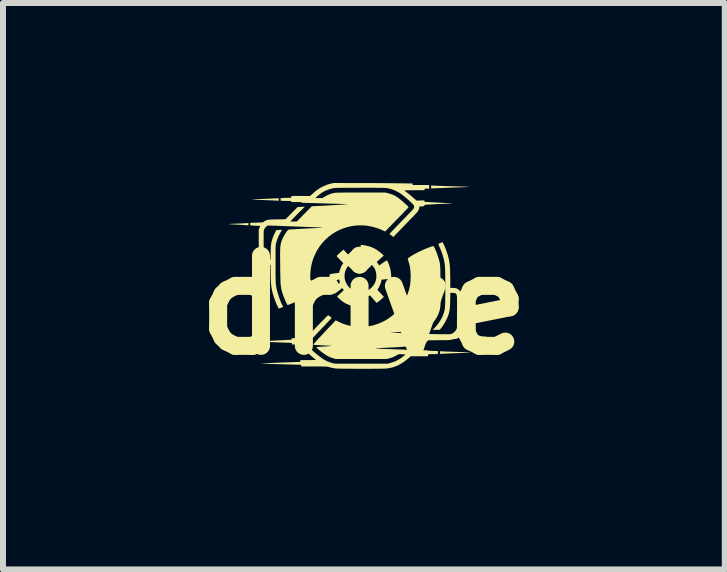
<source format=kicad_pcb>
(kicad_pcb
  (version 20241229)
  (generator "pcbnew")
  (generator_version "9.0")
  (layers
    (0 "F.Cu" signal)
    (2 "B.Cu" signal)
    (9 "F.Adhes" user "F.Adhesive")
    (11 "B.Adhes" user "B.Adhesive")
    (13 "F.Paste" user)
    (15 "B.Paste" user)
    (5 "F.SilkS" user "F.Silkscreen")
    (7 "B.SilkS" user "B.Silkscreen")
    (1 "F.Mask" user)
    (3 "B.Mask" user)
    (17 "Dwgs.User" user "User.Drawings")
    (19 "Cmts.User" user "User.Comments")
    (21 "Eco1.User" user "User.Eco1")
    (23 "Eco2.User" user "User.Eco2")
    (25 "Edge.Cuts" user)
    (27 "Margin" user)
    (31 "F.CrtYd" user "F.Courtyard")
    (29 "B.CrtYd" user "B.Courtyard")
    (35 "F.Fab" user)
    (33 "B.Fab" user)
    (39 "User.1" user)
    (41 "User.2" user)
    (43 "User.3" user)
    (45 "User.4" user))
  (footprint "drive"
    (layer "F.Cu")
    (at 3.014 2.036)
    (property "Reference" "drive" (at 0 0 0) (layer "F.SilkS") (effects (font (size 1.5 1.5) (thickness 0.3))))
    (attr board_only exclude_from_pos_files exclude_from_bom)
    (fp_poly (pts (xy 1.321 0.77) (xy 1.335 0.771) (xy 1.356 0.772) (xy 1.383 0.773) (xy 1.416 0.774) (xy 1.452 0.775) (xy 1.491 0.777) (xy 1.532 0.778) (xy 1.573 0.78) (xy 1.613 0.781) (xy 1.651 0.782) (xy 1.686 0.784) (xy 1.717 0.785) (xy 1.742 0.785) (xy 1.76 0.786) (xy 1.761 0.786) (xy 1.782 0.787) (xy 1.761 0.79) (xy 1.749 0.791) (xy 1.731 0.792) (xy 1.708 0.794) (xy 1.681 0.795) (xy 1.654 0.796) (xy 1.597 0.798) (xy 1.543 0.8) (xy 1.492 0.802) (xy 1.446 0.803) (xy 1.404 0.805) (xy 1.368 0.807) (xy 1.339 0.808) (xy 1.317 0.809) (xy 1.308 0.81) (xy 1.27 0.812) (xy 1.27 0.79) (xy 1.27 0.767)) (stroke (width 0) (type solid)) (fill yes) (layer "F.SilkS"))
    (fp_poly (pts (xy -1.924 -1.351) (xy -1.925 -1.339) (xy -1.927 -1.333) (xy -1.932 -1.331) (xy -1.937 -1.331) (xy -1.946 -1.331) (xy -1.951 -1.333) (xy -1.955 -1.333) (xy -1.968 -1.334) (xy -1.987 -1.335) (xy -2.012 -1.337) (xy -2.041 -1.339) (xy -2.074 -1.34) (xy -2.101 -1.342) (xy -2.136 -1.344) (xy -2.168 -1.345) (xy -2.197 -1.347) (xy -2.22 -1.348) (xy -2.237 -1.349) (xy -2.248 -1.35) (xy -2.251 -1.351) (xy -2.248 -1.352) (xy -2.236 -1.353) (xy -2.216 -1.355) (xy -2.187 -1.357) (xy -2.149 -1.358) (xy -2.103 -1.36) (xy -2.077 -1.361) (xy -2.045 -1.363) (xy -2.014 -1.364) (xy -1.988 -1.365) (xy -1.965 -1.367) (xy -1.949 -1.368) (xy -1.941 -1.368) (xy -1.941 -1.368) (xy -1.924 -1.371)) (stroke (width 0) (type solid)) (fill yes) (layer "F.SilkS"))
    (fp_poly (pts (xy 1.175 -1.992) (xy 1.202 -1.991) (xy 1.236 -1.99) (xy 1.277 -1.988) (xy 1.322 -1.987) (xy 1.371 -1.985) (xy 1.423 -1.984) (xy 1.475 -1.982) (xy 1.527 -1.981) (xy 1.578 -1.979) (xy 1.62 -1.978) (xy 1.653 -1.977) (xy 1.683 -1.976) (xy 1.709 -1.975) (xy 1.729 -1.974) (xy 1.744 -1.973) (xy 1.751 -1.973) (xy 1.752 -1.972) (xy 1.748 -1.971) (xy 1.737 -1.97) (xy 1.72 -1.969) (xy 1.697 -1.968) (xy 1.671 -1.967) (xy 1.657 -1.966) (xy 1.626 -1.965) (xy 1.588 -1.964) (xy 1.544 -1.962) (xy 1.496 -1.961) (xy 1.444 -1.959) (xy 1.389 -1.957) (xy 1.334 -1.954) (xy 1.28 -1.952) (xy 1.228 -1.95) (xy 1.181 -1.948) (xy 1.121 -1.946) (xy 1.121 -1.97) (xy 1.121 -1.995)) (stroke (width 0) (type solid)) (fill yes) (layer "F.SilkS"))
    (fp_poly (pts (xy -1.421 -1.781) (xy -1.421 -1.781) (xy -1.419 -1.776) (xy -1.418 -1.766) (xy -1.418 -1.76) (xy -1.418 -1.741) (xy -1.435 -1.742) (xy -1.445 -1.742) (xy -1.461 -1.743) (xy -1.483 -1.744) (xy -1.507 -1.745) (xy -1.519 -1.746) (xy -1.541 -1.747) (xy -1.569 -1.748) (xy -1.604 -1.749) (xy -1.641 -1.751) (xy -1.68 -1.752) (xy -1.718 -1.754) (xy -1.726 -1.754) (xy -1.76 -1.755) (xy -1.791 -1.756) (xy -1.818 -1.758) (xy -1.84 -1.759) (xy -1.856 -1.76) (xy -1.865 -1.76) (xy -1.867 -1.76) (xy -1.864 -1.761) (xy -1.855 -1.762) (xy -1.838 -1.764) (xy -1.814 -1.765) (xy -1.783 -1.767) (xy -1.743 -1.768) (xy -1.696 -1.77) (xy -1.658 -1.772) (xy -1.622 -1.773) (xy -1.586 -1.775) (xy -1.552 -1.776) (xy -1.521 -1.778) (xy -1.496 -1.779) (xy -1.477 -1.78) (xy -1.477 -1.78) (xy -1.456 -1.781) (xy -1.439 -1.782) (xy -1.427 -1.782)) (stroke (width 0) (type solid)) (fill yes) (layer "F.SilkS"))
    (fp_poly (pts (xy -0.59 0.17) (xy -0.58 0.177) (xy -0.567 0.186) (xy -0.555 0.195) (xy -0.545 0.204) (xy -0.539 0.211) (xy -0.538 0.214) (xy -0.541 0.217) (xy -0.549 0.227) (xy -0.563 0.241) (xy -0.58 0.26) (xy -0.601 0.282) (xy -0.625 0.307) (xy -0.651 0.335) (xy -0.666 0.35) (xy -0.714 0.4) (xy -0.757 0.445) (xy -0.794 0.485) (xy -0.826 0.519) (xy -0.854 0.548) (xy -0.876 0.573) (xy -0.895 0.593) (xy -0.91 0.61) (xy -0.921 0.623) (xy -0.929 0.633) (xy -0.934 0.64) (xy -0.936 0.644) (xy -0.943 0.659) (xy -0.983 0.658) (xy -1 0.658) (xy -1.024 0.657) (xy -1.052 0.657) (xy -1.083 0.656) (xy -1.112 0.656) (xy -1.2 0.654) (xy -1.2 0.642) (xy -1.2 0.629) (xy -1.264 0.626) (xy -1.301 0.625) (xy -1.341 0.623) (xy -1.385 0.622) (xy -1.43 0.62) (xy -1.477 0.618) (xy -1.523 0.617) (xy -1.568 0.615) (xy -1.61 0.614) (xy -1.648 0.613) (xy -1.681 0.612) (xy -1.709 0.611) (xy -1.729 0.611) (xy -1.732 0.61) (xy -1.757 0.61) (xy -1.773 0.609) (xy -1.781 0.608) (xy -1.781 0.607) (xy -1.773 0.606) (xy -1.757 0.604) (xy -1.734 0.602) (xy -1.704 0.6) (xy -1.667 0.598) (xy -1.623 0.596) (xy -1.612 0.596) (xy -1.569 0.594) (xy -1.522 0.592) (xy -1.473 0.589) (xy -1.426 0.587) (xy -1.381 0.585) (xy -1.343 0.583) (xy -1.335 0.583) (xy -1.303 0.581) (xy -1.274 0.579) (xy -1.249 0.578) (xy -1.228 0.577) (xy -1.214 0.576) (xy -1.208 0.576) (xy -1.208 0.576) (xy -1.205 0.572) (xy -1.204 0.563) (xy -1.204 0.563) (xy -1.204 0.55) (xy -1.082 0.55) (xy -1.048 0.55) (xy -1.019 0.549) (xy -0.994 0.549) (xy -0.975 0.548) (xy -0.964 0.547) (xy -0.96 0.546) (xy -0.957 0.541) (xy -0.949 0.532) (xy -0.935 0.517) (xy -0.918 0.498) (xy -0.897 0.475) (xy -0.873 0.45) (xy -0.847 0.422) (xy -0.819 0.394) (xy -0.791 0.364) (xy -0.762 0.334) (xy -0.733 0.304) (xy -0.706 0.276) (xy -0.68 0.25) (xy -0.656 0.226) (xy -0.636 0.205) (xy -0.619 0.188) (xy -0.606 0.176) (xy -0.598 0.169) (xy -0.596 0.168)) (stroke (width 0) (type solid)) (fill yes) (layer "F.SilkS"))
    (fp_poly (pts (xy -0.033 -1.004) (xy -0.017 -1.002) (xy 0.006 -0.999) (xy 0.032 -0.994) (xy 0.06 -0.987) (xy 0.088 -0.98) (xy 0.112 -0.972) (xy 0.123 -0.969) (xy 0.146 -0.959) (xy 0.171 -0.947) (xy 0.194 -0.935) (xy 0.196 -0.934) (xy 0.216 -0.921) (xy 0.238 -0.905) (xy 0.262 -0.888) (xy 0.284 -0.87) (xy 0.304 -0.854) (xy 0.318 -0.841) (xy 0.319 -0.839) (xy 0.331 -0.827) (xy 0.28 -0.78) (xy 0.262 -0.763) (xy 0.246 -0.749) (xy 0.232 -0.737) (xy 0.224 -0.729) (xy 0.221 -0.727) (xy 0.217 -0.723) (xy 0.216 -0.719) (xy 0.22 -0.712) (xy 0.227 -0.702) (xy 0.237 -0.689) (xy 0.246 -0.677) (xy 0.249 -0.672) (xy 0.256 -0.662) (xy 0.314 -0.703) (xy 0.334 -0.717) (xy 0.352 -0.729) (xy 0.366 -0.739) (xy 0.375 -0.746) (xy 0.378 -0.747) (xy 0.383 -0.746) (xy 0.39 -0.737) (xy 0.399 -0.723) (xy 0.408 -0.703) (xy 0.417 -0.68) (xy 0.425 -0.655) (xy 0.434 -0.628) (xy 0.441 -0.602) (xy 0.446 -0.577) (xy 0.447 -0.572) (xy 0.449 -0.554) (xy 0.452 -0.533) (xy 0.454 -0.511) (xy 0.456 -0.49) (xy 0.457 -0.47) (xy 0.458 -0.454) (xy 0.458 -0.444) (xy 0.458 -0.44) (xy 0.453 -0.44) (xy 0.441 -0.439) (xy 0.423 -0.437) (xy 0.401 -0.435) (xy 0.376 -0.433) (xy 0.295 -0.425) (xy 0.289 -0.395) (xy 0.283 -0.373) (xy 0.274 -0.349) (xy 0.263 -0.323) (xy 0.252 -0.299) (xy 0.24 -0.28) (xy 0.238 -0.277) (xy 0.231 -0.267) (xy 0.227 -0.26) (xy 0.227 -0.259) (xy 0.23 -0.255) (xy 0.237 -0.246) (xy 0.249 -0.232) (xy 0.264 -0.215) (xy 0.28 -0.197) (xy 0.333 -0.138) (xy 0.306 -0.113) (xy 0.294 -0.101) (xy 0.278 -0.088) (xy 0.262 -0.075) (xy 0.245 -0.062) (xy 0.231 -0.051) (xy 0.22 -0.043) (xy 0.213 -0.039) (xy 0.213 -0.039) (xy 0.209 -0.042) (xy 0.201 -0.051) (xy 0.189 -0.065) (xy 0.174 -0.082) (xy 0.158 -0.101) (xy 0.157 -0.102) (xy 0.138 -0.124) (xy 0.124 -0.14) (xy 0.114 -0.151) (xy 0.107 -0.158) (xy 0.102 -0.161) (xy 0.098 -0.161) (xy 0.095 -0.16) (xy 0.094 -0.16) (xy 0.082 -0.154) (xy 0.065 -0.147) (xy 0.043 -0.141) (xy 0.02 -0.135) (xy -0.002 -0.13) (xy -0.024 -0.126) (xy -0.041 -0.124) (xy -0.053 -0.124) (xy -0.057 -0.125) (xy -0.061 -0.125) (xy -0.063 -0.121) (xy -0.066 -0.111) (xy -0.068 -0.095) (xy -0.07 -0.072) (xy -0.072 -0.044) (xy -0.076 0.028) (xy -0.094 0.029) (xy -0.107 0.029) (xy -0.125 0.027) (xy -0.144 0.025) (xy -0.146 0.024) (xy -0.193 0.014) (xy -0.242 -0.002) (xy -0.289 -0.022) (xy -0.331 -0.044) (xy -0.341 -0.051) (xy -0.354 -0.06) (xy -0.369 -0.072) (xy -0.386 -0.086) (xy -0.403 -0.101) (xy -0.419 -0.116) (xy -0.432 -0.128) (xy -0.441 -0.138) (xy -0.445 -0.144) (xy -0.445 -0.144) (xy -0.442 -0.148) (xy -0.434 -0.157) (xy -0.421 -0.169) (xy -0.405 -0.185) (xy -0.392 -0.197) (xy -0.374 -0.214) (xy -0.358 -0.228) (xy -0.346 -0.24) (xy -0.339 -0.248) (xy -0.337 -0.251) (xy -0.339 -0.257) (xy -0.345 -0.266) (xy -0.349 -0.27) (xy -0.362 -0.285) (xy -0.421 -0.238) (xy -0.444 -0.22) (xy -0.461 -0.208) (xy -0.473 -0.2) (xy -0.481 -0.196) (xy -0.484 -0.196) (xy -0.485 -0.197) (xy -0.492 -0.209) (xy -0.5 -0.224) (xy -0.509 -0.241) (xy -0.517 -0.259) (xy -0.524 -0.274) (xy -0.529 -0.287) (xy -0.531 -0.293) (xy -0.531 -0.294) (xy -0.527 -0.297) (xy -0.516 -0.305) (xy -0.5 -0.314) (xy -0.481 -0.326) (xy -0.463 -0.336) (xy -0.439 -0.35) (xy -0.421 -0.36) (xy -0.41 -0.368) (xy -0.403 -0.373) (xy -0.4 -0.378) (xy -0.399 -0.381) (xy -0.4 -0.382) (xy -0.402 -0.391) (xy -0.406 -0.405) (xy -0.407 -0.41) (xy -0.411 -0.421) (xy -0.416 -0.429) (xy -0.417 -0.431) (xy -0.423 -0.429) (xy -0.435 -0.425) (xy -0.451 -0.417) (xy -0.472 -0.408) (xy -0.489 -0.399) (xy -0.51 -0.388) (xy -0.529 -0.379) (xy -0.544 -0.372) (xy -0.554 -0.368) (xy -0.556 -0.367) (xy -0.558 -0.372) (xy -0.56 -0.384) (xy -0.562 -0.401) (xy -0.565 -0.421) (xy -0.567 -0.442) (xy -0.569 -0.462) (xy -0.57 -0.468) (xy -0.322 -0.468) (xy -0.318 -0.434) (xy -0.309 -0.402) (xy -0.295 -0.369) (xy -0.276 -0.336) (xy -0.254 -0.307) (xy -0.245 -0.297) (xy -0.215 -0.272) (xy -0.181 -0.25) (xy -0.144 -0.233) (xy -0.119 -0.225) (xy -0.09 -0.22) (xy -0.056 -0.219) (xy -0.023 -0.221) (xy 0.004 -0.225) (xy 0.049 -0.24) (xy 0.091 -0.263) (xy 0.127 -0.292) (xy 0.159 -0.329) (xy 0.167 -0.34) (xy 0.189 -0.381) (xy 0.203 -0.426) (xy 0.209 -0.473) (xy 0.206 -0.521) (xy 0.203 -0.541) (xy 0.194 -0.575) (xy 0.183 -0.605) (xy 0.166 -0.632) (xy 0.143 -0.659) (xy 0.131 -0.672) (xy 0.112 -0.691) (xy 0.095 -0.705) (xy 0.08 -0.716) (xy 0.063 -0.725) (xy 0.061 -0.725) (xy 0.014 -0.743) (xy -0.033 -0.752) (xy -0.08 -0.753) (xy -0.126 -0.744) (xy -0.168 -0.729) (xy -0.208 -0.706) (xy -0.243 -0.677) (xy -0.272 -0.642) (xy -0.295 -0.603) (xy -0.312 -0.56) (xy -0.321 -0.515) (xy -0.322 -0.468) (xy -0.57 -0.468) (xy -0.571 -0.479) (xy -0.572 -0.491) (xy -0.572 -0.493) (xy -0.571 -0.507) (xy -0.568 -0.514) (xy -0.564 -0.517) (xy -0.555 -0.518) (xy -0.54 -0.521) (xy -0.521 -0.524) (xy -0.499 -0.528) (xy -0.476 -0.531) (xy -0.456 -0.534) (xy -0.441 -0.536) (xy -0.413 -0.539) (xy -0.405 -0.569) (xy -0.396 -0.597) (xy -0.385 -0.626) (xy -0.374 -0.652) (xy -0.362 -0.673) (xy -0.357 -0.68) (xy -0.35 -0.691) (xy -0.345 -0.699) (xy -0.345 -0.701) (xy -0.348 -0.706) (xy -0.356 -0.715) (xy -0.368 -0.727) (xy -0.383 -0.743) (xy -0.391 -0.751) (xy -0.408 -0.768) (xy -0.423 -0.784) (xy -0.436 -0.797) (xy -0.444 -0.806) (xy -0.445 -0.808) (xy -0.454 -0.819) (xy -0.429 -0.846) (xy -0.413 -0.861) (xy -0.394 -0.879) (xy -0.375 -0.895) (xy -0.371 -0.899) (xy -0.338 -0.926) (xy -0.328 -0.914) (xy -0.321 -0.906) (xy -0.31 -0.893) (xy -0.295 -0.878) (xy -0.279 -0.86) (xy -0.272 -0.853) (xy -0.227 -0.804) (xy -0.205 -0.815) (xy -0.185 -0.822) (xy -0.16 -0.83) (xy -0.132 -0.836) (xy -0.106 -0.84) (xy -0.085 -0.842) (xy -0.085 -0.842) (xy -0.062 -0.842) (xy -0.06 -0.859) (xy -0.058 -0.871) (xy -0.057 -0.889) (xy -0.057 -0.908) (xy -0.057 -0.91) (xy -0.056 -0.932) (xy -0.055 -0.955) (xy -0.054 -0.974) (xy -0.051 -1.004)) (stroke (width 0) (type solid)) (fill yes) (layer "F.SilkS"))
    (fp_poly (pts (xy 1.32 -1.033) (xy 1.331 -1.012) (xy 1.344 -0.984) (xy 1.357 -0.952) (xy 1.371 -0.917) (xy 1.383 -0.882) (xy 1.395 -0.848) (xy 1.402 -0.823) (xy 1.41 -0.792) (xy 1.417 -0.761) (xy 1.423 -0.73) (xy 1.428 -0.698) (xy 1.432 -0.663) (xy 1.435 -0.624) (xy 1.437 -0.581) (xy 1.438 -0.532) (xy 1.439 -0.477) (xy 1.44 -0.415) (xy 1.44 -0.399) (xy 1.44 -0.289) (xy 1.487 -0.287) (xy 1.511 -0.286) (xy 1.528 -0.284) (xy 1.542 -0.28) (xy 1.554 -0.276) (xy 1.554 -0.275) (xy 1.582 -0.257) (xy 1.604 -0.233) (xy 1.621 -0.203) (xy 1.631 -0.168) (xy 1.632 -0.163) (xy 1.633 -0.151) (xy 1.634 -0.129) (xy 1.635 -0.1) (xy 1.635 -0.061) (xy 1.636 -0.014) (xy 1.636 0.041) (xy 1.635 0.105) (xy 1.635 0.131) (xy 1.635 0.188) (xy 1.635 0.236) (xy 1.634 0.278) (xy 1.634 0.312) (xy 1.633 0.341) (xy 1.632 0.365) (xy 1.631 0.385) (xy 1.629 0.401) (xy 1.627 0.413) (xy 1.624 0.424) (xy 1.62 0.433) (xy 1.616 0.442) (xy 1.611 0.45) (xy 1.605 0.46) (xy 1.601 0.466) (xy 1.592 0.479) (xy 1.587 0.489) (xy 1.584 0.494) (xy 1.584 0.495) (xy 1.589 0.495) (xy 1.601 0.496) (xy 1.621 0.497) (xy 1.646 0.499) (xy 1.676 0.5) (xy 1.71 0.502) (xy 1.748 0.504) (xy 1.787 0.506) (xy 1.828 0.508) (xy 1.869 0.51) (xy 1.91 0.512) (xy 1.949 0.514) (xy 1.969 0.515) (xy 1.996 0.516) (xy 2.019 0.517) (xy 2.038 0.518) (xy 2.051 0.519) (xy 2.057 0.52) (xy 2.058 0.52) (xy 2.054 0.521) (xy 2.043 0.522) (xy 2.026 0.523) (xy 2.004 0.524) (xy 1.979 0.525) (xy 1.978 0.525) (xy 1.945 0.527) (xy 1.908 0.528) (xy 1.872 0.53) (xy 1.839 0.532) (xy 1.824 0.533) (xy 1.796 0.534) (xy 1.763 0.536) (xy 1.726 0.538) (xy 1.689 0.539) (xy 1.656 0.541) (xy 1.625 0.542) (xy 1.601 0.543) (xy 1.583 0.545) (xy 1.571 0.546) (xy 1.563 0.548) (xy 1.558 0.55) (xy 1.555 0.552) (xy 1.554 0.554) (xy 1.548 0.56) (xy 1.539 0.562) (xy 1.525 0.563) (xy 1.507 0.564) (xy 1.489 0.568) (xy 1.484 0.569) (xy 1.469 0.573) (xy 1.451 0.577) (xy 1.434 0.579) (xy 1.417 0.58) (xy 1.403 0.582) (xy 1.394 0.583) (xy 1.394 0.583) (xy 1.388 0.583) (xy 1.374 0.583) (xy 1.353 0.584) (xy 1.327 0.584) (xy 1.296 0.584) (xy 1.262 0.584) (xy 1.228 0.584) (xy 1.071 0.585) (xy 1.033 0.627) (xy 0.996 0.67) (xy 0.938 0.675) (xy 0.916 0.677) (xy 0.898 0.678) (xy 0.884 0.678) (xy 0.878 0.678) (xy 0.877 0.678) (xy 0.88 0.674) (xy 0.887 0.666) (xy 0.899 0.653) (xy 0.914 0.637) (xy 0.929 0.623) (xy 0.946 0.605) (xy 0.961 0.59) (xy 0.973 0.577) (xy 0.98 0.569) (xy 0.982 0.566) (xy 0.978 0.565) (xy 0.967 0.564) (xy 0.95 0.563) (xy 0.933 0.563) (xy 0.885 0.563) (xy 0.819 0.626) (xy 0.753 0.689) (xy 0.729 0.689) (xy 0.717 0.69) (xy 0.698 0.691) (xy 0.674 0.692) (xy 0.647 0.694) (xy 0.619 0.696) (xy 0.617 0.696) (xy 0.591 0.698) (xy 0.557 0.7) (xy 0.519 0.702) (xy 0.478 0.704) (xy 0.436 0.706) (xy 0.394 0.708) (xy 0.38 0.709) (xy 0.332 0.711) (xy 0.292 0.713) (xy 0.259 0.715) (xy 0.234 0.717) (xy 0.215 0.718) (xy 0.203 0.719) (xy 0.195 0.721) (xy 0.193 0.722) (xy 0.193 0.722) (xy 0.197 0.723) (xy 0.21 0.723) (xy 0.229 0.724) (xy 0.254 0.725) (xy 0.285 0.727) (xy 0.32 0.728) (xy 0.358 0.729) (xy 0.388 0.731) (xy 0.434 0.732) (xy 0.482 0.734) (xy 0.53 0.736) (xy 0.576 0.737) (xy 0.62 0.739) (xy 0.658 0.74) (xy 0.69 0.742) (xy 0.696 0.742) (xy 0.733 0.743) (xy 0.776 0.745) (xy 0.823 0.746) (xy 0.869 0.747) (xy 0.912 0.748) (xy 0.936 0.749) (xy 0.968 0.75) (xy 0.998 0.751) (xy 1.023 0.752) (xy 1.044 0.753) (xy 1.058 0.754) (xy 1.065 0.756) (xy 1.065 0.756) (xy 1.07 0.757) (xy 1.082 0.759) (xy 1.101 0.76) (xy 1.123 0.761) (xy 1.149 0.762) (xy 1.15 0.762) (xy 1.233 0.764) (xy 1.234 0.787) (xy 1.234 0.801) (xy 1.233 0.808) (xy 1.229 0.811) (xy 1.221 0.813) (xy 1.212 0.814) (xy 1.196 0.815) (xy 1.175 0.816) (xy 1.152 0.816) (xy 1.145 0.816) (xy 1.122 0.816) (xy 1.102 0.817) (xy 1.087 0.817) (xy 1.077 0.818) (xy 1.076 0.819) (xy 1.071 0.825) (xy 1.069 0.836) (xy 1.069 0.851) (xy 0.926 0.851) (xy 0.783 0.851) (xy 0.739 0.888) (xy 0.684 0.932) (xy 0.63 0.969) (xy 0.577 0.999) (xy 0.521 1.022) (xy 0.464 1.04) (xy 0.401 1.052) (xy 0.378 1.056) (xy 0.368 1.057) (xy 0.351 1.057) (xy 0.326 1.058) (xy 0.295 1.058) (xy 0.258 1.059) (xy 0.216 1.059) (xy 0.17 1.059) (xy 0.121 1.06) (xy 0.07 1.06) (xy 0.017 1.06) (xy -0.037 1.06) (xy -0.091 1.06) (xy -0.144 1.06) (xy -0.196 1.059) (xy -0.246 1.059) (xy -0.293 1.059) (xy -0.335 1.059) (xy -0.374 1.058) (xy -0.407 1.058) (xy -0.433 1.057) (xy -0.453 1.056) (xy -0.465 1.056) (xy -0.467 1.056) (xy -0.488 1.052) (xy -0.512 1.048) (xy -0.538 1.043) (xy -0.561 1.037) (xy -0.581 1.032) (xy -0.595 1.028) (xy -0.597 1.027) (xy -0.602 1.026) (xy -0.61 1.025) (xy -0.621 1.024) (xy -0.636 1.023) (xy -0.656 1.022) (xy -0.682 1.022) (xy -0.714 1.021) (xy -0.753 1.021) (xy -0.8 1.021) (xy -0.827 1.021) (xy -1.043 1.021) (xy -1.043 1.009) (xy -1.044 1) (xy -1.049 0.996) (xy -1.059 0.993) (xy -1.071 0.992) (xy -1.089 0.991) (xy -1.109 0.991) (xy -1.113 0.991) (xy -1.127 0.991) (xy -1.149 0.99) (xy -1.177 0.99) (xy -1.211 0.989) (xy -1.248 0.988) (xy -1.289 0.987) (xy -1.332 0.986) (xy -1.377 0.984) (xy -1.422 0.983) (xy -1.466 0.982) (xy -1.508 0.98) (xy -1.548 0.979) (xy -1.585 0.978) (xy -1.616 0.977) (xy -1.642 0.976) (xy -1.662 0.975) (xy -1.674 0.974) (xy -1.676 0.974) (xy -1.708 0.971) (xy -1.656 0.968) (xy -1.638 0.967) (xy -1.613 0.966) (xy -1.581 0.964) (xy -1.543 0.963) (xy -1.502 0.961) (xy -1.457 0.959) (xy -1.41 0.957) (xy -1.362 0.955) (xy -1.315 0.954) (xy -1.268 0.952) (xy -1.224 0.951) (xy -1.184 0.949) (xy -1.155 0.948) (xy -1.06 0.945) (xy -1.06 0.931) (xy -1.06 0.916) (xy -0.952 0.915) (xy -0.921 0.915) (xy -0.891 0.915) (xy -0.865 0.915) (xy -0.843 0.914) (xy -0.827 0.914) (xy -0.821 0.914) (xy -0.809 0.914) (xy -0.8 0.913) (xy -0.799 0.912) (xy -0.802 0.908) (xy -0.81 0.901) (xy -0.82 0.894) (xy -0.845 0.874) (xy -0.872 0.851) (xy -0.9 0.826) (xy -0.926 0.801) (xy -0.95 0.778) (xy -0.968 0.758) (xy -0.969 0.757) (xy -0.981 0.742) (xy -0.991 0.729) (xy -0.997 0.721) (xy -0.999 0.718) (xy -0.994 0.717) (xy -0.982 0.715) (xy -0.966 0.713) (xy -0.952 0.711) (xy -0.907 0.706) (xy -0.872 0.742) (xy -0.847 0.765) (xy -0.819 0.79) (xy -0.787 0.816) (xy -0.755 0.842) (xy -0.723 0.866) (xy -0.694 0.887) (xy -0.67 0.903) (xy -0.669 0.904) (xy -0.621 0.93) (xy -0.573 0.95) (xy -0.52 0.966) (xy -0.482 0.975) (xy -0.044 0.975) (xy 0.395 0.975) (xy 0.447 0.961) (xy 0.493 0.947) (xy 0.535 0.93) (xy 0.575 0.909) (xy 0.616 0.883) (xy 0.659 0.851) (xy 0.659 0.851) (xy 0.696 0.823) (xy 0.668 0.82) (xy 0.647 0.818) (xy 0.624 0.817) (xy 0.61 0.816) (xy 0.593 0.817) (xy 0.581 0.818) (xy 0.57 0.823) (xy 0.555 0.831) (xy 0.551 0.833) (xy 0.503 0.858) (xy 0.449 0.879) (xy 0.42 0.887) (xy 0.382 0.897) (xy -0.044 0.897) (xy -0.469 0.897) (xy -0.504 0.887) (xy -0.547 0.873) (xy -0.586 0.857) (xy -0.624 0.836) (xy -0.652 0.817) (xy -0.673 0.803) (xy -0.695 0.787) (xy -0.717 0.77) (xy -0.738 0.753) (xy -0.757 0.737) (xy -0.773 0.722) (xy -0.785 0.711) (xy -0.792 0.703) (xy -0.793 0.699) (xy -0.788 0.699) (xy -0.775 0.697) (xy -0.757 0.696) (xy -0.734 0.694) (xy -0.707 0.692) (xy -0.691 0.691) (xy -0.66 0.689) (xy -0.63 0.687) (xy -0.603 0.685) (xy -0.581 0.683) (xy -0.565 0.682) (xy -0.561 0.681) (xy -0.53 0.678) (xy -0.58 0.675) (xy -0.6 0.674) (xy -0.626 0.673) (xy -0.657 0.671) (xy -0.69 0.669) (xy -0.723 0.668) (xy -0.733 0.667) (xy -0.762 0.666) (xy -0.789 0.664) (xy -0.811 0.663) (xy -0.828 0.662) (xy -0.839 0.661) (xy -0.842 0.661) (xy -0.842 0.657) (xy -0.836 0.649) (xy -0.826 0.635) (xy -0.81 0.617) (xy -0.788 0.592) (xy -0.761 0.562) (xy -0.728 0.527) (xy -0.69 0.486) (xy -0.645 0.438) (xy -0.598 0.388) (xy -0.575 0.364) (xy -0.552 0.341) (xy -0.532 0.319) (xy -0.514 0.3) (xy -0.5 0.286) (xy -0.493 0.278) (xy -0.469 0.252) (xy -0.421 0.276) (xy -0.355 0.306) (xy -0.29 0.329) (xy -0.222 0.345) (xy -0.151 0.356) (xy -0.083 0.361) (xy 0.000105 0.36) (xy 0.08 0.352) (xy 0.158 0.335) (xy 0.235 0.311) (xy 0.308 0.28) (xy 0.382 0.24) (xy 0.451 0.193) (xy 0.513 0.141) (xy 0.57 0.082) (xy 0.622 0.016) (xy 0.667 -0.056) (xy 0.698 -0.115) (xy 0.728 -0.183) (xy 0.751 -0.251) (xy 0.767 -0.32) (xy 0.777 -0.392) (xy 0.78 -0.468) (xy 0.78 -0.513) (xy 0.776 -0.573) (xy 0.769 -0.629) (xy 0.758 -0.681) (xy 0.743 -0.732) (xy 0.742 -0.735) (xy 0.737 -0.752) (xy 0.733 -0.766) (xy 0.731 -0.775) (xy 0.731 -0.777) (xy 0.736 -0.782) (xy 0.748 -0.791) (xy 0.763 -0.802) (xy 0.782 -0.814) (xy 0.802 -0.827) (xy 0.822 -0.84) (xy 0.827 -0.842) (xy 0.853 -0.857) (xy 0.884 -0.873) (xy 0.919 -0.891) (xy 0.957 -0.908) (xy 0.994 -0.925) (xy 1.031 -0.941) (xy 1.066 -0.955) (xy 1.096 -0.966) (xy 1.121 -0.975) (xy 1.129 -0.977) (xy 1.142 -0.981) (xy 1.152 -0.984) (xy 1.154 -0.985) (xy 1.16 -0.982) (xy 1.168 -0.973) (xy 1.177 -0.957) (xy 1.188 -0.935) (xy 1.199 -0.909) (xy 1.211 -0.88) (xy 1.223 -0.848) (xy 1.234 -0.814) (xy 1.245 -0.78) (xy 1.255 -0.746) (xy 1.263 -0.714) (xy 1.269 -0.687) (xy 1.27 -0.676) (xy 1.271 -0.657) (xy 1.272 -0.63) (xy 1.274 -0.598) (xy 1.275 -0.56) (xy 1.275 -0.518) (xy 1.276 -0.473) (xy 1.277 -0.425) (xy 1.277 -0.375) (xy 1.278 -0.325) (xy 1.278 -0.275) (xy 1.278 -0.225) (xy 1.278 -0.178) (xy 1.278 -0.133) (xy 1.278 -0.091) (xy 1.277 -0.054) (xy 1.277 -0.023) (xy 1.276 0.003) (xy 1.275 0.021) (xy 1.274 0.028) (xy 1.263 0.088) (xy 1.244 0.144) (xy 1.219 0.197) (xy 1.186 0.248) (xy 1.145 0.298) (xy 1.127 0.317) (xy 1.107 0.34) (xy 1.086 0.363) (xy 1.072 0.379) (xy 1.033 0.422) (xy 0.943 0.427) (xy 0.916 0.428) (xy 0.882 0.43) (xy 0.844 0.433) (xy 0.802 0.435) (xy 0.759 0.437) (xy 0.717 0.44) (xy 0.698 0.441) (xy 0.659 0.443) (xy 0.621 0.445) (xy 0.584 0.447) (xy 0.551 0.449) (xy 0.522 0.451) (xy 0.499 0.452) (xy 0.489 0.453) (xy 0.434 0.456) (xy 0.489 0.459) (xy 0.506 0.46) (xy 0.531 0.461) (xy 0.563 0.462) (xy 0.601 0.464) (xy 0.645 0.465) (xy 0.694 0.467) (xy 0.746 0.469) (xy 0.802 0.471) (xy 0.86 0.473) (xy 0.92 0.475) (xy 0.98 0.477) (xy 1.04 0.478) (xy 1.095 0.48) (xy 1.136 0.481) (xy 1.18 0.482) (xy 1.225 0.483) (xy 1.269 0.484) (xy 1.308 0.484) (xy 1.34 0.484) (xy 1.373 0.484) (xy 1.399 0.484) (xy 1.419 0.484) (xy 1.433 0.483) (xy 1.444 0.482) (xy 1.453 0.48) (xy 1.46 0.478) (xy 1.467 0.475) (xy 1.469 0.474) (xy 1.496 0.458) (xy 1.519 0.436) (xy 1.537 0.413) (xy 1.541 0.405) (xy 1.551 0.382) (xy 1.552 0.116) (xy 1.553 0.06) (xy 1.553 0.013) (xy 1.553 -0.028) (xy 1.553 -0.061) (xy 1.553 -0.088) (xy 1.552 -0.111) (xy 1.552 -0.128) (xy 1.551 -0.142) (xy 1.55 -0.152) (xy 1.549 -0.159) (xy 1.548 -0.165) (xy 1.547 -0.169) (xy 1.539 -0.185) (xy 1.53 -0.195) (xy 1.517 -0.202) (xy 1.499 -0.204) (xy 1.479 -0.205) (xy 1.441 -0.205) (xy 1.439 -0.082) (xy 1.438 -0.037) (xy 1.436 0.001) (xy 1.434 0.033) (xy 1.432 0.06) (xy 1.428 0.085) (xy 1.424 0.108) (xy 1.418 0.131) (xy 1.411 0.155) (xy 1.409 0.161) (xy 1.393 0.204) (xy 1.372 0.25) (xy 1.347 0.295) (xy 1.32 0.338) (xy 1.293 0.376) (xy 1.277 0.394) (xy 1.263 0.41) (xy 1.205 0.411) (xy 1.148 0.413) (xy 1.169 0.391) (xy 1.22 0.333) (xy 1.262 0.276) (xy 1.296 0.218) (xy 1.322 0.161) (xy 1.335 0.121) (xy 1.339 0.105) (xy 1.343 0.09) (xy 1.346 0.075) (xy 1.349 0.058) (xy 1.351 0.039) (xy 1.352 0.018) (xy 1.354 -0.007) (xy 1.355 -0.036) (xy 1.356 -0.07) (xy 1.356 -0.109) (xy 1.357 -0.154) (xy 1.357 -0.207) (xy 1.357 -0.267) (xy 1.357 -0.298) (xy 1.357 -0.363) (xy 1.357 -0.421) (xy 1.356 -0.471) (xy 1.356 -0.514) (xy 1.355 -0.552) (xy 1.354 -0.585) (xy 1.353 -0.614) (xy 1.352 -0.639) (xy 1.35 -0.661) (xy 1.348 -0.681) (xy 1.345 -0.7) (xy 1.342 -0.719) (xy 1.339 -0.734) (xy 1.332 -0.768) (xy 1.321 -0.807) (xy 1.308 -0.849) (xy 1.293 -0.892) (xy 1.277 -0.933) (xy 1.263 -0.966) (xy 1.254 -0.986) (xy 1.248 -1.002) (xy 1.243 -1.015) (xy 1.242 -1.021) (xy 1.242 -1.021) (xy 1.248 -1.024) (xy 1.259 -1.03) (xy 1.274 -1.036) (xy 1.277 -1.038) (xy 1.309 -1.051)) (stroke (width 0) (type solid)) (fill yes) (layer "F.SilkS"))
    (fp_poly (pts (xy -0.076 -2.035) (xy -0.01 -2.035) (xy 0.059 -2.035) (xy 0.129 -2.035) (xy 0.198 -2.035) (xy 0.267 -2.034) (xy 0.333 -2.034) (xy 0.395 -2.033) (xy 0.453 -2.033) (xy 0.505 -2.032) (xy 0.551 -2.032) (xy 0.581 -2.031) (xy 0.812 -2.028) (xy 0.812 -2.015) (xy 0.812 -2.003) (xy 0.949 -2.003) (xy 1.087 -2.003) (xy 1.087 -1.993) (xy 1.087 -1.982) (xy 1.089 -1.967) (xy 1.089 -1.962) (xy 1.092 -1.942) (xy 1.052 -1.942) (xy 1.012 -1.942) (xy 1.012 -1.929) (xy 1.012 -1.916) (xy 0.844 -1.916) (xy 0.8 -1.915) (xy 0.762 -1.915) (xy 0.731 -1.915) (xy 0.706 -1.914) (xy 0.688 -1.913) (xy 0.678 -1.912) (xy 0.676 -1.911) (xy 0.68 -1.907) (xy 0.688 -1.9) (xy 0.697 -1.893) (xy 0.71 -1.884) (xy 0.729 -1.869) (xy 0.751 -1.852) (xy 0.775 -1.832) (xy 0.799 -1.812) (xy 0.823 -1.791) (xy 0.845 -1.773) (xy 0.846 -1.772) (xy 0.878 -1.743) (xy 0.943 -1.745) (xy 1.007 -1.746) (xy 1.009 -1.734) (xy 1.01 -1.727) (xy 1.013 -1.724) (xy 1.019 -1.722) (xy 1.032 -1.721) (xy 1.041 -1.72) (xy 1.053 -1.72) (xy 1.073 -1.719) (xy 1.099 -1.717) (xy 1.128 -1.716) (xy 1.16 -1.714) (xy 1.187 -1.713) (xy 1.224 -1.71) (xy 1.264 -1.708) (xy 1.304 -1.706) (xy 1.342 -1.704) (xy 1.374 -1.702) (xy 1.387 -1.701) (xy 1.418 -1.7) (xy 1.443 -1.698) (xy 1.461 -1.697) (xy 1.472 -1.695) (xy 1.475 -1.694) (xy 1.471 -1.693) (xy 1.459 -1.693) (xy 1.453 -1.693) (xy 1.434 -1.693) (xy 1.408 -1.692) (xy 1.378 -1.691) (xy 1.343 -1.69) (xy 1.306 -1.688) (xy 1.267 -1.687) (xy 1.227 -1.685) (xy 1.187 -1.683) (xy 1.15 -1.681) (xy 1.115 -1.679) (xy 1.084 -1.677) (xy 1.058 -1.676) (xy 1.038 -1.674) (xy 1.026 -1.673) (xy 1.024 -1.673) (xy 1.013 -1.67) (xy 1.009 -1.666) (xy 1.008 -1.661) (xy 1.007 -1.654) (xy 1.002 -1.651) (xy 0.99 -1.648) (xy 0.988 -1.648) (xy 0.97 -1.646) (xy 0.951 -1.645) (xy 0.947 -1.645) (xy 0.926 -1.645) (xy 0.923 -1.624) (xy 0.917 -1.597) (xy 0.903 -1.57) (xy 0.881 -1.542) (xy 0.869 -1.529) (xy 0.85 -1.509) (xy 0.826 -1.483) (xy 0.798 -1.454) (xy 0.768 -1.423) (xy 0.735 -1.389) (xy 0.703 -1.356) (xy 0.67 -1.322) (xy 0.64 -1.291) (xy 0.612 -1.262) (xy 0.588 -1.237) (xy 0.568 -1.217) (xy 0.566 -1.214) (xy 0.547 -1.195) (xy 0.529 -1.177) (xy 0.515 -1.161) (xy 0.505 -1.15) (xy 0.499 -1.144) (xy 0.499 -1.143) (xy 0.495 -1.139) (xy 0.491 -1.138) (xy 0.485 -1.141) (xy 0.475 -1.149) (xy 0.469 -1.154) (xy 0.456 -1.165) (xy 0.444 -1.173) (xy 0.436 -1.178) (xy 0.434 -1.179) (xy 0.432 -1.18) (xy 0.43 -1.181) (xy 0.429 -1.182) (xy 0.429 -1.184) (xy 0.43 -1.188) (xy 0.433 -1.193) (xy 0.438 -1.199) (xy 0.446 -1.208) (xy 0.456 -1.219) (xy 0.469 -1.234) (xy 0.486 -1.251) (xy 0.506 -1.272) (xy 0.53 -1.297) (xy 0.558 -1.326) (xy 0.591 -1.36) (xy 0.629 -1.399) (xy 0.672 -1.443) (xy 0.72 -1.493) (xy 0.758 -1.532) (xy 0.782 -1.557) (xy 0.801 -1.576) (xy 0.814 -1.592) (xy 0.824 -1.604) (xy 0.83 -1.614) (xy 0.834 -1.622) (xy 0.836 -1.63) (xy 0.837 -1.642) (xy 0.836 -1.652) (xy 0.832 -1.663) (xy 0.823 -1.675) (xy 0.811 -1.69) (xy 0.792 -1.708) (xy 0.768 -1.73) (xy 0.767 -1.731) (xy 0.729 -1.765) (xy 0.697 -1.793) (xy 0.669 -1.816) (xy 0.645 -1.836) (xy 0.622 -1.853) (xy 0.601 -1.867) (xy 0.58 -1.88) (xy 0.557 -1.892) (xy 0.536 -1.903) (xy 0.505 -1.917) (xy 0.475 -1.928) (xy 0.445 -1.938) (xy 0.41 -1.946) (xy 0.395 -1.949) (xy 0.388 -1.95) (xy 0.38 -1.952) (xy 0.372 -1.953) (xy 0.361 -1.954) (xy 0.349 -1.954) (xy 0.334 -1.955) (xy 0.315 -1.955) (xy 0.292 -1.956) (xy 0.266 -1.956) (xy 0.234 -1.956) (xy 0.196 -1.957) (xy 0.152 -1.957) (xy 0.102 -1.957) (xy 0.044 -1.957) (xy -0.021 -1.957) (xy -0.061 -1.957) (xy -0.131 -1.956) (xy -0.192 -1.956) (xy -0.246 -1.956) (xy -0.293 -1.956) (xy -0.334 -1.956) (xy -0.368 -1.956) (xy -0.398 -1.955) (xy -0.422 -1.955) (xy -0.443 -1.954) (xy -0.46 -1.954) (xy -0.474 -1.953) (xy -0.485 -1.952) (xy -0.495 -1.951) (xy -0.503 -1.95) (xy -0.511 -1.949) (xy -0.518 -1.948) (xy -0.523 -1.947) (xy -0.586 -1.929) (xy -0.645 -1.906) (xy -0.701 -1.875) (xy -0.753 -1.836) (xy -0.785 -1.808) (xy -0.809 -1.785) (xy -0.75 -1.785) (xy -0.69 -1.785) (xy -0.665 -1.802) (xy -0.61 -1.832) (xy -0.552 -1.856) (xy -0.499 -1.87) (xy -0.493 -1.871) (xy -0.485 -1.872) (xy -0.476 -1.873) (xy -0.464 -1.874) (xy -0.45 -1.875) (xy -0.433 -1.875) (xy -0.412 -1.876) (xy -0.386 -1.876) (xy -0.356 -1.876) (xy -0.32 -1.877) (xy -0.278 -1.877) (xy -0.229 -1.877) (xy -0.173 -1.877) (xy -0.11 -1.877) (xy -0.052 -1.877) (xy 0.36 -1.877) (xy 0.41 -1.864) (xy 0.442 -1.855) (xy 0.47 -1.845) (xy 0.498 -1.833) (xy 0.525 -1.82) (xy 0.552 -1.803) (xy 0.581 -1.782) (xy 0.612 -1.758) (xy 0.647 -1.729) (xy 0.686 -1.694) (xy 0.708 -1.674) (xy 0.723 -1.66) (xy 0.735 -1.647) (xy 0.743 -1.638) (xy 0.745 -1.633) (xy 0.742 -1.629) (xy 0.733 -1.619) (xy 0.719 -1.605) (xy 0.701 -1.585) (xy 0.679 -1.562) (xy 0.653 -1.534) (xy 0.624 -1.504) (xy 0.592 -1.472) (xy 0.559 -1.437) (xy 0.549 -1.428) (xy 0.354 -1.228) (xy 0.317 -1.246) (xy 0.263 -1.269) (xy 0.203 -1.29) (xy 0.14 -1.307) (xy 0.075 -1.32) (xy 0.031 -1.327) (xy -0.001 -1.329) (xy -0.038 -1.33) (xy -0.078 -1.33) (xy -0.118 -1.328) (xy -0.157 -1.325) (xy -0.19 -1.32) (xy -0.192 -1.32) (xy -0.273 -1.302) (xy -0.352 -1.277) (xy -0.428 -1.244) (xy -0.5 -1.204) (xy -0.567 -1.157) (xy -0.629 -1.104) (xy -0.67 -1.062) (xy -0.71 -1.015) (xy -0.744 -0.97) (xy -0.774 -0.923) (xy -0.801 -0.873) (xy -0.82 -0.832) (xy -0.834 -0.798) (xy -0.846 -0.769) (xy -0.855 -0.74) (xy -0.864 -0.71) (xy -0.872 -0.674) (xy -0.875 -0.665) (xy -0.887 -0.592) (xy -0.893 -0.517) (xy -0.893 -0.441) (xy -0.887 -0.366) (xy -0.875 -0.294) (xy -0.86 -0.236) (xy -0.856 -0.221) (xy -0.854 -0.21) (xy -0.854 -0.204) (xy -0.858 -0.2) (xy -0.868 -0.192) (xy -0.883 -0.183) (xy -0.896 -0.174) (xy -0.931 -0.152) (xy -0.974 -0.129) (xy -1.024 -0.104) (xy -1.083 -0.078) (xy -1.148 -0.05) (xy -1.22 -0.021) (xy -1.223 -0.019) (xy -1.27 -0.001) (xy -1.276 -0.01) (xy -1.285 -0.025) (xy -1.296 -0.047) (xy -1.307 -0.073) (xy -1.32 -0.102) (xy -1.332 -0.132) (xy -1.343 -0.161) (xy -1.348 -0.175) (xy -1.356 -0.198) (xy -1.362 -0.22) (xy -1.368 -0.24) (xy -1.373 -0.26) (xy -1.378 -0.28) (xy -1.381 -0.301) (xy -1.384 -0.324) (xy -1.387 -0.35) (xy -1.389 -0.379) (xy -1.39 -0.412) (xy -1.391 -0.451) (xy -1.392 -0.495) (xy -1.393 -0.545) (xy -1.394 -0.603) (xy -1.394 -0.652) (xy -1.395 -0.714) (xy -1.395 -0.767) (xy -1.396 -0.813) (xy -1.396 -0.853) (xy -1.395 -0.887) (xy -1.395 -0.916) (xy -1.394 -0.94) (xy -1.393 -0.961) (xy -1.391 -0.98) (xy -1.389 -0.996) (xy -1.387 -1.011) (xy -1.384 -1.025) (xy -1.38 -1.04) (xy -1.379 -1.045) (xy -1.371 -1.07) (xy -1.361 -1.096) (xy -1.348 -1.125) (xy -1.333 -1.153) (xy -1.317 -1.18) (xy -1.302 -1.205) (xy -1.286 -1.227) (xy -1.272 -1.244) (xy -1.26 -1.256) (xy -1.25 -1.261) (xy -1.248 -1.261) (xy -1.242 -1.261) (xy -1.227 -1.262) (xy -1.206 -1.263) (xy -1.179 -1.265) (xy -1.147 -1.266) (xy -1.112 -1.269) (xy -1.073 -1.271) (xy -1.056 -1.272) (xy -1.013 -1.274) (xy -0.97 -1.277) (xy -0.928 -1.279) (xy -0.888 -1.281) (xy -0.852 -1.283) (xy -0.822 -1.284) (xy -0.799 -1.285) (xy -0.796 -1.285) (xy -0.77 -1.287) (xy -0.745 -1.288) (xy -0.724 -1.289) (xy -0.708 -1.29) (xy -0.7 -1.291) (xy -0.697 -1.292) (xy -0.695 -1.292) (xy -0.695 -1.293) (xy -0.696 -1.293) (xy -0.701 -1.294) (xy -0.708 -1.295) (xy -0.72 -1.295) (xy -0.735 -1.296) (xy -0.756 -1.297) (xy -0.782 -1.298) (xy -0.813 -1.299) (xy -0.852 -1.301) (xy -0.897 -1.302) (xy -0.949 -1.304) (xy -1.01 -1.306) (xy -1.028 -1.307) (xy -1.072 -1.309) (xy -1.119 -1.31) (xy -1.166 -1.312) (xy -1.211 -1.314) (xy -1.253 -1.315) (xy -1.29 -1.317) (xy -1.318 -1.318) (xy -1.355 -1.319) (xy -1.394 -1.321) (xy -1.435 -1.322) (xy -1.473 -1.324) (xy -1.506 -1.325) (xy -1.515 -1.325) (xy -1.601 -1.328) (xy -1.618 -1.317) (xy -1.634 -1.302) (xy -1.65 -1.283) (xy -1.662 -1.261) (xy -1.667 -1.247) (xy -1.668 -1.238) (xy -1.669 -1.221) (xy -1.67 -1.196) (xy -1.67 -1.163) (xy -1.67 -1.123) (xy -1.671 -1.076) (xy -1.67 -1.022) (xy -1.67 -1.016) (xy -1.67 -0.963) (xy -1.67 -0.917) (xy -1.669 -0.88) (xy -1.668 -0.849) (xy -1.667 -0.824) (xy -1.665 -0.804) (xy -1.662 -0.79) (xy -1.657 -0.779) (xy -1.651 -0.772) (xy -1.644 -0.767) (xy -1.635 -0.765) (xy -1.624 -0.764) (xy -1.611 -0.763) (xy -1.597 -0.763) (xy -1.556 -0.762) (xy -1.553 -0.882) (xy -1.552 -0.92) (xy -1.551 -0.952) (xy -1.55 -0.977) (xy -1.548 -0.998) (xy -1.546 -1.015) (xy -1.544 -1.031) (xy -1.541 -1.046) (xy -1.527 -1.1) (xy -1.508 -1.151) (xy -1.484 -1.204) (xy -1.482 -1.207) (xy -1.46 -1.25) (xy -1.414 -1.254) (xy -1.395 -1.255) (xy -1.38 -1.255) (xy -1.37 -1.255) (xy -1.367 -1.255) (xy -1.368 -1.25) (xy -1.373 -1.241) (xy -1.381 -1.228) (xy -1.382 -1.225) (xy -1.416 -1.164) (xy -1.443 -1.1) (xy -1.463 -1.035) (xy -1.465 -1.024) (xy -1.466 -1.017) (xy -1.468 -1.008) (xy -1.469 -0.999) (xy -1.47 -0.987) (xy -1.471 -0.973) (xy -1.471 -0.955) (xy -1.472 -0.933) (xy -1.472 -0.907) (xy -1.472 -0.875) (xy -1.472 -0.837) (xy -1.472 -0.793) (xy -1.472 -0.741) (xy -1.472 -0.687) (xy -1.472 -0.625) (xy -1.472 -0.57) (xy -1.472 -0.522) (xy -1.472 -0.481) (xy -1.471 -0.446) (xy -1.47 -0.416) (xy -1.469 -0.39) (xy -1.468 -0.367) (xy -1.466 -0.347) (xy -1.464 -0.33) (xy -1.462 -0.313) (xy -1.459 -0.297) (xy -1.456 -0.281) (xy -1.452 -0.263) (xy -1.45 -0.257) (xy -1.439 -0.215) (xy -1.426 -0.171) (xy -1.412 -0.126) (xy -1.396 -0.084) (xy -1.38 -0.045) (xy -1.365 -0.012) (xy -1.356 0.004) (xy -1.35 0.016) (xy -1.345 0.025) (xy -1.345 0.028) (xy -1.349 0.031) (xy -1.36 0.035) (xy -1.374 0.041) (xy -1.389 0.047) (xy -1.402 0.053) (xy -1.411 0.056) (xy -1.414 0.057) (xy -1.418 0.053) (xy -1.423 0.047) (xy -1.435 0.025) (xy -1.449 -0.003) (xy -1.463 -0.036) (xy -1.477 -0.073) (xy -1.491 -0.111) (xy -1.504 -0.149) (xy -1.515 -0.185) (xy -1.524 -0.217) (xy -1.525 -0.223) (xy -1.532 -0.252) (xy -1.537 -0.279) (xy -1.541 -0.304) (xy -1.544 -0.329) (xy -1.547 -0.356) (xy -1.549 -0.386) (xy -1.551 -0.419) (xy -1.552 -0.459) (xy -1.553 -0.505) (xy -1.553 -0.519) (xy -1.556 -0.674) (xy -1.604 -0.677) (xy -1.642 -0.681) (xy -1.673 -0.69) (xy -1.698 -0.703) (xy -1.718 -0.722) (xy -1.734 -0.746) (xy -1.742 -0.763) (xy -1.744 -0.768) (xy -1.746 -0.774) (xy -1.748 -0.78) (xy -1.749 -0.787) (xy -1.75 -0.797) (xy -1.75 -0.809) (xy -1.751 -0.825) (xy -1.751 -0.845) (xy -1.752 -0.871) (xy -1.752 -0.902) (xy -1.752 -0.94) (xy -1.752 -0.986) (xy -1.752 -1.023) (xy -1.752 -1.259) (xy -1.74 -1.289) (xy -1.734 -1.303) (xy -1.73 -1.314) (xy -1.729 -1.32) (xy -1.729 -1.32) (xy -1.733 -1.321) (xy -1.745 -1.322) (xy -1.763 -1.323) (xy -1.784 -1.324) (xy -1.794 -1.324) (xy -1.818 -1.325) (xy -1.841 -1.327) (xy -1.86 -1.328) (xy -1.873 -1.329) (xy -1.875 -1.329) (xy -1.894 -1.331) (xy -1.894 -1.352) (xy -1.894 -1.373) (xy -1.788 -1.376) (xy -1.755 -1.377) (xy -1.729 -1.378) (xy -1.71 -1.379) (xy -1.696 -1.38) (xy -1.687 -1.381) (xy -1.68 -1.383) (xy -1.676 -1.385) (xy -1.674 -1.387) (xy -1.664 -1.394) (xy -1.651 -1.402) (xy -1.646 -1.405) (xy -1.633 -1.411) (xy -1.621 -1.416) (xy -1.608 -1.42) (xy -1.593 -1.423) (xy -1.575 -1.425) (xy -1.552 -1.427) (xy -1.524 -1.428) (xy -1.49 -1.429) (xy -1.449 -1.43) (xy -1.442 -1.43) (xy -1.306 -1.432) (xy -1.204 -1.534) (xy -1.103 -1.636) (xy -1.043 -1.639) (xy -0.984 -1.642) (xy -1.104 -1.521) (xy -1.131 -1.494) (xy -1.155 -1.47) (xy -1.177 -1.447) (xy -1.196 -1.428) (xy -1.21 -1.413) (xy -1.22 -1.403) (xy -1.225 -1.397) (xy -1.225 -1.397) (xy -1.222 -1.396) (xy -1.211 -1.395) (xy -1.195 -1.394) (xy -1.174 -1.394) (xy -1.171 -1.394) (xy -1.116 -1.395) (xy -1.094 -1.418) (xy -1.085 -1.427) (xy -1.072 -1.442) (xy -1.054 -1.46) (xy -1.032 -1.482) (xy -1.009 -1.506) (xy -0.983 -1.531) (xy -0.969 -1.546) (xy -0.867 -1.649) (xy -0.842 -1.649) (xy -0.833 -1.65) (xy -0.816 -1.65) (xy -0.792 -1.652) (xy -0.763 -1.653) (xy -0.728 -1.655) (xy -0.69 -1.657) (xy -0.648 -1.659) (xy -0.605 -1.662) (xy -0.6 -1.662) (xy -0.555 -1.665) (xy -0.51 -1.667) (xy -0.468 -1.67) (xy -0.428 -1.672) (xy -0.392 -1.674) (xy -0.362 -1.676) (xy -0.339 -1.677) (xy -0.323 -1.678) (xy -0.302 -1.679) (xy -0.285 -1.681) (xy -0.273 -1.682) (xy -0.268 -1.682) (xy -0.268 -1.683) (xy -0.274 -1.683) (xy -0.287 -1.684) (xy -0.306 -1.684) (xy -0.331 -1.685) (xy -0.361 -1.687) (xy -0.394 -1.688) (xy -0.421 -1.689) (xy -0.496 -1.691) (xy -0.567 -1.693) (xy -0.635 -1.695) (xy -0.699 -1.697) (xy -0.759 -1.699) (xy -0.814 -1.701) (xy -0.863 -1.702) (xy -0.906 -1.703) (xy -0.942 -1.704) (xy -0.972 -1.705) (xy -0.994 -1.706) (xy -1.008 -1.706) (xy -1.011 -1.706) (xy -1.027 -1.707) (xy -1.035 -1.708) (xy -1.038 -1.712) (xy -1.039 -1.713) (xy -1.04 -1.715) (xy -1.044 -1.717) (xy -1.051 -1.718) (xy -1.064 -1.719) (xy -1.083 -1.719) (xy -1.109 -1.719) (xy -1.124 -1.719) (xy -1.153 -1.719) (xy -1.175 -1.719) (xy -1.191 -1.72) (xy -1.201 -1.721) (xy -1.207 -1.722) (xy -1.21 -1.724) (xy -1.211 -1.727) (xy -1.212 -1.728) (xy -1.213 -1.731) (xy -1.216 -1.734) (xy -1.223 -1.735) (xy -1.233 -1.736) (xy -1.25 -1.737) (xy -1.274 -1.737) (xy -1.274 -1.737) (xy -1.299 -1.737) (xy -1.323 -1.737) (xy -1.344 -1.738) (xy -1.36 -1.739) (xy -1.361 -1.739) (xy -1.388 -1.742) (xy -1.388 -1.763) (xy -1.388 -1.783) (xy -1.361 -1.786) (xy -1.345 -1.787) (xy -1.324 -1.788) (xy -1.3 -1.789) (xy -1.281 -1.789) (xy -1.254 -1.789) (xy -1.234 -1.79) (xy -1.221 -1.792) (xy -1.213 -1.794) (xy -1.209 -1.798) (xy -1.209 -1.802) (xy -1.209 -1.807) (xy -1.208 -1.811) (xy -1.206 -1.815) (xy -1.202 -1.817) (xy -1.194 -1.819) (xy -1.183 -1.82) (xy -1.166 -1.821) (xy -1.144 -1.821) (xy -1.116 -1.821) (xy -1.081 -1.821) (xy -1.05 -1.821) (xy -0.897 -1.819) (xy -0.853 -1.859) (xy -0.834 -1.876) (xy -0.814 -1.893) (xy -0.796 -1.908) (xy -0.782 -1.919) (xy -0.728 -1.955) (xy -0.669 -1.985) (xy -0.606 -2.01) (xy -0.549 -2.026) (xy -0.504 -2.036)) (stroke (width 0) (type solid)) (fill yes) (layer "F.SilkS")))
  (gr_rect
    (start -3 -3)
    (end 9.029 6.44)
    (stroke (width 0.1) (type default))
    (fill no)
    (layer "Edge.Cuts")))
</source>
